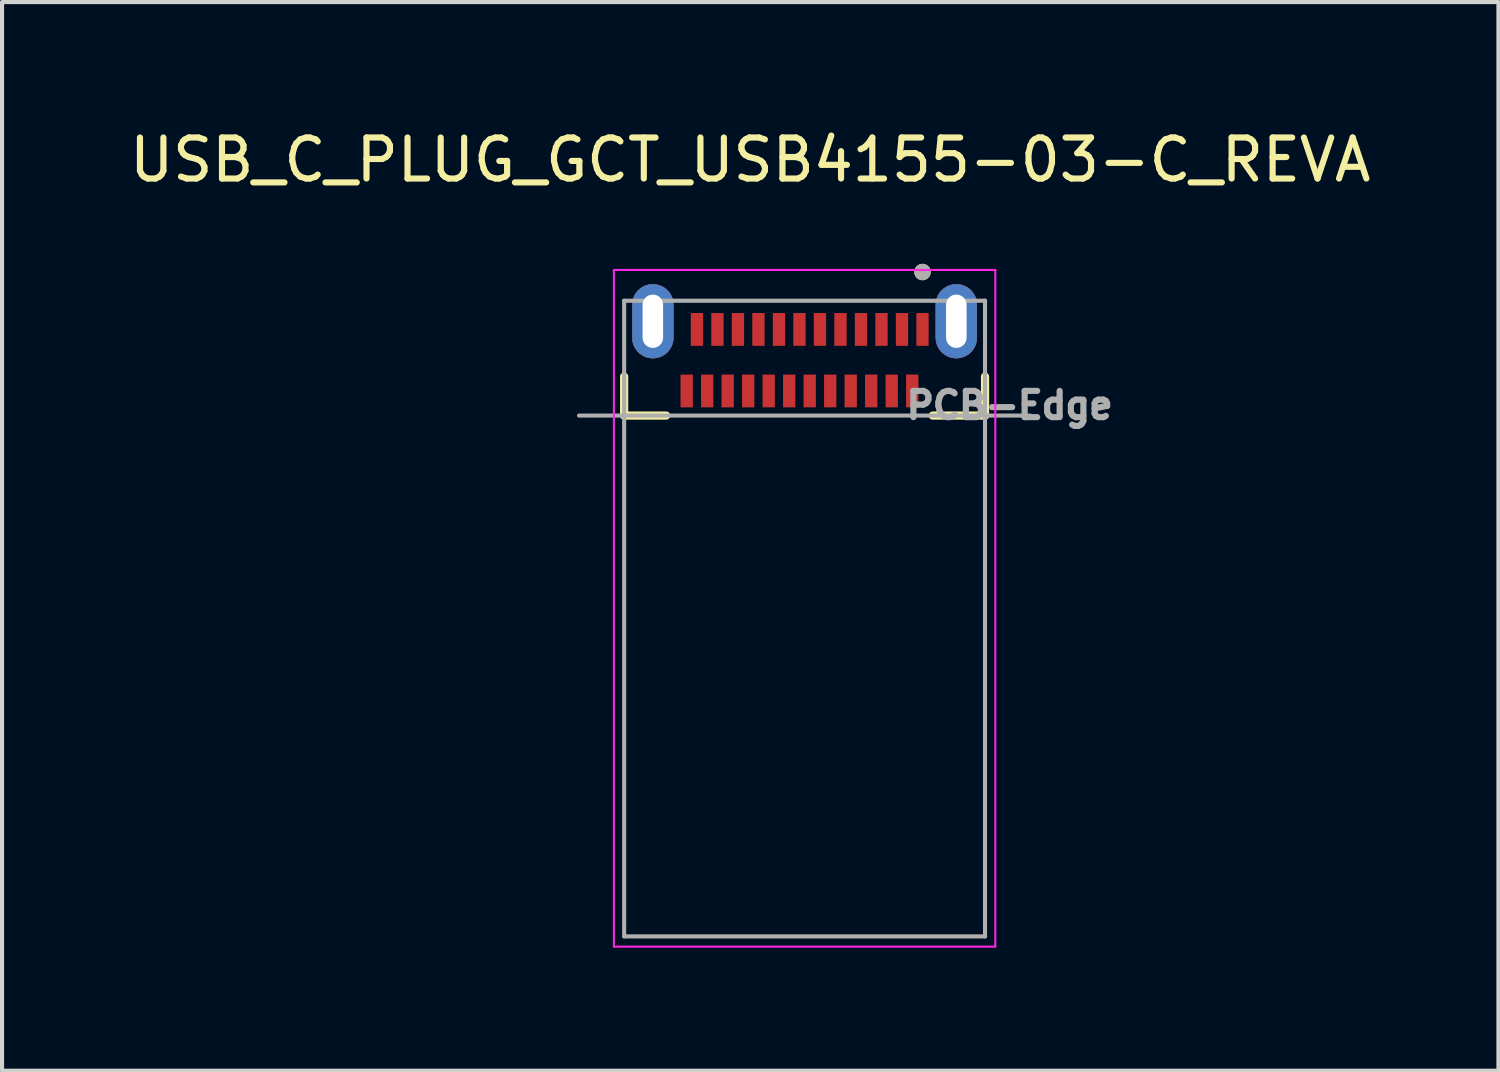
<source format=kicad_pcb>
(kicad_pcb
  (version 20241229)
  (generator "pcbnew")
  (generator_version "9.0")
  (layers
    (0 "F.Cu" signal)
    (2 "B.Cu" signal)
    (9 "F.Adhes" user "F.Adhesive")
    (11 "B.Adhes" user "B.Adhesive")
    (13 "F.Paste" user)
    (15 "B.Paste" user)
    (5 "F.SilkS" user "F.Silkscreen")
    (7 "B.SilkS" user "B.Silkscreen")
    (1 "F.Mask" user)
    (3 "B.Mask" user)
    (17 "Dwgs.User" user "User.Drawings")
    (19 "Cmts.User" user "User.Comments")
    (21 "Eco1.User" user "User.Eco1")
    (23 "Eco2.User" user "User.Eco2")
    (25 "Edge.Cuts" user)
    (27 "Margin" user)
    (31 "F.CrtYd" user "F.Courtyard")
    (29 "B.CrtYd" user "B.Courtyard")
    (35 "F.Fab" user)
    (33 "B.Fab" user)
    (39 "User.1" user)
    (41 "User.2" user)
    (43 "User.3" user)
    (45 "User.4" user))
  (footprint "USB_C_PLUG_GCT_USB4155-03-C_REVA"
    (layer "F.Cu")
    (at 16.569 5.733)
    (property "Reference" "USB_C_PLUG_GCT_USB4155-03-C_REVA" (at -1.325 -4.885 0) (layer "F.SilkS") (effects (font (size 1 1) (thickness 0.15))))
    (attr through_hole)
    (fp_poly (pts (xy -3.7 -1.85) (xy -3.726 -1.849) (xy -3.752 -1.847) (xy -3.778 -1.844) (xy -3.804 -1.839) (xy -3.829 -1.833) (xy -3.855 -1.826) (xy -3.879 -1.817) (xy -3.903 -1.807) (xy -3.927 -1.796) (xy -3.95 -1.783) (xy -3.972 -1.769) (xy -3.994 -1.755) (xy -4.015 -1.739) (xy -4.035 -1.722) (xy -4.054 -1.704) (xy -4.072 -1.685) (xy -4.089 -1.665) (xy -4.105 -1.644) (xy -4.119 -1.622) (xy -4.133 -1.6) (xy -4.146 -1.577) (xy -4.157 -1.553) (xy -4.167 -1.529) (xy -4.176 -1.505) (xy -4.183 -1.479) (xy -4.189 -1.454) (xy -4.194 -1.428) (xy -4.197 -1.402) (xy -4.199 -1.376) (xy -4.2 -1.35) (xy -4.2 -0.55) (xy -4.199 -0.524) (xy -4.197 -0.498) (xy -4.194 -0.472) (xy -4.189 -0.446) (xy -4.183 -0.421) (xy -4.176 -0.395) (xy -4.167 -0.371) (xy -4.157 -0.347) (xy -4.146 -0.323) (xy -4.133 -0.3) (xy -4.119 -0.278) (xy -4.105 -0.256) (xy -4.089 -0.235) (xy -4.072 -0.215) (xy -4.054 -0.196) (xy -4.035 -0.178) (xy -4.015 -0.161) (xy -3.994 -0.145) (xy -3.972 -0.131) (xy -3.95 -0.117) (xy -3.927 -0.104) (xy -3.903 -0.093) (xy -3.879 -0.083) (xy -3.855 -0.074) (xy -3.829 -0.067) (xy -3.804 -0.061) (xy -3.778 -0.056) (xy -3.752 -0.053) (xy -3.726 -0.051) (xy -3.7 -0.05) (xy -3.674 -0.051) (xy -3.648 -0.053) (xy -3.622 -0.056) (xy -3.596 -0.061) (xy -3.571 -0.067) (xy -3.545 -0.074) (xy -3.521 -0.083) (xy -3.497 -0.093) (xy -3.473 -0.104) (xy -3.45 -0.117) (xy -3.428 -0.131) (xy -3.406 -0.145) (xy -3.385 -0.161) (xy -3.365 -0.178) (xy -3.346 -0.196) (xy -3.328 -0.215) (xy -3.311 -0.235) (xy -3.295 -0.256) (xy -3.281 -0.278) (xy -3.267 -0.3) (xy -3.254 -0.323) (xy -3.243 -0.347) (xy -3.233 -0.371) (xy -3.224 -0.395) (xy -3.217 -0.421) (xy -3.211 -0.446) (xy -3.206 -0.472) (xy -3.203 -0.498) (xy -3.201 -0.524) (xy -3.2 -0.55) (xy -3.2 -1.35) (xy -3.201 -1.376) (xy -3.203 -1.402) (xy -3.206 -1.428) (xy -3.211 -1.454) (xy -3.217 -1.479) (xy -3.224 -1.505) (xy -3.233 -1.529) (xy -3.243 -1.553) (xy -3.254 -1.577) (xy -3.267 -1.6) (xy -3.281 -1.622) (xy -3.295 -1.644) (xy -3.311 -1.665) (xy -3.328 -1.685) (xy -3.346 -1.704) (xy -3.365 -1.722) (xy -3.385 -1.739) (xy -3.406 -1.755) (xy -3.428 -1.769) (xy -3.45 -1.783) (xy -3.473 -1.796) (xy -3.497 -1.807) (xy -3.521 -1.817) (xy -3.545 -1.826) (xy -3.571 -1.833) (xy -3.596 -1.839) (xy -3.622 -1.844) (xy -3.648 -1.847) (xy -3.674 -1.849) (xy -3.7 -1.85)) (stroke (width 0.01) (type solid)) (fill yes) (layer "F.Cu"))
    (fp_poly (pts (xy 3.7 -1.85) (xy 3.674 -1.849) (xy 3.648 -1.847) (xy 3.622 -1.844) (xy 3.596 -1.839) (xy 3.571 -1.833) (xy 3.545 -1.826) (xy 3.521 -1.817) (xy 3.497 -1.807) (xy 3.473 -1.796) (xy 3.45 -1.783) (xy 3.428 -1.769) (xy 3.406 -1.755) (xy 3.385 -1.739) (xy 3.365 -1.722) (xy 3.346 -1.704) (xy 3.328 -1.685) (xy 3.311 -1.665) (xy 3.295 -1.644) (xy 3.281 -1.622) (xy 3.267 -1.6) (xy 3.254 -1.577) (xy 3.243 -1.553) (xy 3.233 -1.529) (xy 3.224 -1.505) (xy 3.217 -1.479) (xy 3.211 -1.454) (xy 3.206 -1.428) (xy 3.203 -1.402) (xy 3.201 -1.376) (xy 3.2 -1.35) (xy 3.2 -0.55) (xy 3.201 -0.524) (xy 3.203 -0.498) (xy 3.206 -0.472) (xy 3.211 -0.446) (xy 3.217 -0.421) (xy 3.224 -0.395) (xy 3.233 -0.371) (xy 3.243 -0.347) (xy 3.254 -0.323) (xy 3.267 -0.3) (xy 3.281 -0.278) (xy 3.295 -0.256) (xy 3.311 -0.235) (xy 3.328 -0.215) (xy 3.346 -0.196) (xy 3.365 -0.178) (xy 3.385 -0.161) (xy 3.406 -0.145) (xy 3.428 -0.131) (xy 3.45 -0.117) (xy 3.473 -0.104) (xy 3.497 -0.093) (xy 3.521 -0.083) (xy 3.545 -0.074) (xy 3.571 -0.067) (xy 3.596 -0.061) (xy 3.622 -0.056) (xy 3.648 -0.053) (xy 3.674 -0.051) (xy 3.7 -0.05) (xy 3.726 -0.051) (xy 3.752 -0.053) (xy 3.778 -0.056) (xy 3.804 -0.061) (xy 3.829 -0.067) (xy 3.855 -0.074) (xy 3.879 -0.083) (xy 3.903 -0.093) (xy 3.927 -0.104) (xy 3.95 -0.117) (xy 3.972 -0.131) (xy 3.994 -0.145) (xy 4.015 -0.161) (xy 4.035 -0.178) (xy 4.054 -0.196) (xy 4.072 -0.215) (xy 4.089 -0.235) (xy 4.105 -0.256) (xy 4.119 -0.278) (xy 4.133 -0.3) (xy 4.146 -0.323) (xy 4.157 -0.347) (xy 4.167 -0.371) (xy 4.176 -0.395) (xy 4.183 -0.421) (xy 4.189 -0.446) (xy 4.194 -0.472) (xy 4.197 -0.498) (xy 4.199 -0.524) (xy 4.2 -0.55) (xy 4.2 -1.35) (xy 4.199 -1.376) (xy 4.197 -1.402) (xy 4.194 -1.428) (xy 4.189 -1.454) (xy 4.183 -1.479) (xy 4.176 -1.505) (xy 4.167 -1.529) (xy 4.157 -1.553) (xy 4.146 -1.577) (xy 4.133 -1.6) (xy 4.119 -1.622) (xy 4.105 -1.644) (xy 4.089 -1.665) (xy 4.072 -1.685) (xy 4.054 -1.704) (xy 4.035 -1.722) (xy 4.015 -1.739) (xy 3.994 -1.755) (xy 3.972 -1.769) (xy 3.95 -1.783) (xy 3.927 -1.796) (xy 3.903 -1.807) (xy 3.879 -1.817) (xy 3.855 -1.826) (xy 3.829 -1.833) (xy 3.804 -1.839) (xy 3.778 -1.844) (xy 3.752 -1.847) (xy 3.726 -1.849) (xy 3.7 -1.85)) (stroke (width 0.01) (type solid)) (fill yes) (layer "F.Cu"))
    (fp_poly (pts (xy -3.7 -1.95) (xy -3.731 -1.949) (xy -3.763 -1.947) (xy -3.794 -1.943) (xy -3.825 -1.937) (xy -3.855 -1.93) (xy -3.885 -1.921) (xy -3.915 -1.91) (xy -3.944 -1.898) (xy -3.972 -1.885) (xy -4 -1.87) (xy -4.027 -1.853) (xy -4.053 -1.835) (xy -4.078 -1.816) (xy -4.101 -1.796) (xy -4.124 -1.774) (xy -4.146 -1.751) (xy -4.166 -1.728) (xy -4.185 -1.703) (xy -4.203 -1.677) (xy -4.22 -1.65) (xy -4.235 -1.622) (xy -4.248 -1.594) (xy -4.26 -1.565) (xy -4.271 -1.535) (xy -4.28 -1.505) (xy -4.287 -1.475) (xy -4.293 -1.444) (xy -4.297 -1.413) (xy -4.299 -1.381) (xy -4.3 -1.35) (xy -4.3 -0.55) (xy -4.299 -0.519) (xy -4.297 -0.487) (xy -4.293 -0.456) (xy -4.287 -0.425) (xy -4.28 -0.395) (xy -4.271 -0.365) (xy -4.26 -0.335) (xy -4.248 -0.306) (xy -4.235 -0.278) (xy -4.22 -0.25) (xy -4.203 -0.223) (xy -4.185 -0.197) (xy -4.166 -0.172) (xy -4.146 -0.149) (xy -4.124 -0.126) (xy -4.101 -0.104) (xy -4.078 -0.084) (xy -4.053 -0.065) (xy -4.027 -0.047) (xy -4 -0.03) (xy -3.972 -0.015) (xy -3.944 -0.002) (xy -3.915 0.01) (xy -3.885 0.021) (xy -3.855 0.03) (xy -3.825 0.037) (xy -3.794 0.043) (xy -3.763 0.047) (xy -3.731 0.049) (xy -3.7 0.05) (xy -3.669 0.049) (xy -3.637 0.047) (xy -3.606 0.043) (xy -3.575 0.037) (xy -3.545 0.03) (xy -3.515 0.021) (xy -3.485 0.01) (xy -3.456 -0.002) (xy -3.428 -0.015) (xy -3.4 -0.03) (xy -3.373 -0.047) (xy -3.347 -0.065) (xy -3.322 -0.084) (xy -3.299 -0.104) (xy -3.276 -0.126) (xy -3.254 -0.149) (xy -3.234 -0.172) (xy -3.215 -0.197) (xy -3.197 -0.223) (xy -3.18 -0.25) (xy -3.165 -0.278) (xy -3.152 -0.306) (xy -3.14 -0.335) (xy -3.129 -0.365) (xy -3.12 -0.395) (xy -3.113 -0.425) (xy -3.107 -0.456) (xy -3.103 -0.487) (xy -3.101 -0.519) (xy -3.1 -0.55) (xy -3.1 -1.35) (xy -3.101 -1.381) (xy -3.103 -1.413) (xy -3.107 -1.444) (xy -3.113 -1.475) (xy -3.12 -1.505) (xy -3.129 -1.535) (xy -3.14 -1.565) (xy -3.152 -1.594) (xy -3.165 -1.622) (xy -3.18 -1.65) (xy -3.197 -1.677) (xy -3.215 -1.703) (xy -3.234 -1.728) (xy -3.254 -1.751) (xy -3.276 -1.774) (xy -3.299 -1.796) (xy -3.322 -1.816) (xy -3.347 -1.835) (xy -3.373 -1.853) (xy -3.4 -1.87) (xy -3.428 -1.885) (xy -3.456 -1.898) (xy -3.485 -1.91) (xy -3.515 -1.921) (xy -3.545 -1.93) (xy -3.575 -1.937) (xy -3.606 -1.943) (xy -3.637 -1.947) (xy -3.669 -1.949) (xy -3.7 -1.95)) (stroke (width 0.01) (type solid)) (fill yes) (layer "F.Mask"))
    (fp_poly (pts (xy 3.7 -1.95) (xy 3.669 -1.949) (xy 3.637 -1.947) (xy 3.606 -1.943) (xy 3.575 -1.937) (xy 3.545 -1.93) (xy 3.515 -1.921) (xy 3.485 -1.91) (xy 3.456 -1.898) (xy 3.428 -1.885) (xy 3.4 -1.87) (xy 3.373 -1.853) (xy 3.347 -1.835) (xy 3.322 -1.816) (xy 3.299 -1.796) (xy 3.276 -1.774) (xy 3.254 -1.751) (xy 3.234 -1.728) (xy 3.215 -1.703) (xy 3.197 -1.677) (xy 3.18 -1.65) (xy 3.165 -1.622) (xy 3.152 -1.594) (xy 3.14 -1.565) (xy 3.129 -1.535) (xy 3.12 -1.505) (xy 3.113 -1.475) (xy 3.107 -1.444) (xy 3.103 -1.413) (xy 3.101 -1.381) (xy 3.1 -1.35) (xy 3.1 -0.55) (xy 3.101 -0.519) (xy 3.103 -0.487) (xy 3.107 -0.456) (xy 3.113 -0.425) (xy 3.12 -0.395) (xy 3.129 -0.365) (xy 3.14 -0.335) (xy 3.152 -0.306) (xy 3.165 -0.278) (xy 3.18 -0.25) (xy 3.197 -0.223) (xy 3.215 -0.197) (xy 3.234 -0.172) (xy 3.254 -0.149) (xy 3.276 -0.126) (xy 3.299 -0.104) (xy 3.322 -0.084) (xy 3.347 -0.065) (xy 3.373 -0.047) (xy 3.4 -0.03) (xy 3.428 -0.015) (xy 3.456 -0.002) (xy 3.485 0.01) (xy 3.515 0.021) (xy 3.545 0.03) (xy 3.575 0.037) (xy 3.606 0.043) (xy 3.637 0.047) (xy 3.669 0.049) (xy 3.7 0.05) (xy 3.731 0.049) (xy 3.763 0.047) (xy 3.794 0.043) (xy 3.825 0.037) (xy 3.855 0.03) (xy 3.885 0.021) (xy 3.915 0.01) (xy 3.944 -0.002) (xy 3.972 -0.015) (xy 4 -0.03) (xy 4.027 -0.047) (xy 4.053 -0.065) (xy 4.078 -0.084) (xy 4.101 -0.104) (xy 4.124 -0.126) (xy 4.146 -0.149) (xy 4.166 -0.172) (xy 4.185 -0.197) (xy 4.203 -0.223) (xy 4.22 -0.25) (xy 4.235 -0.278) (xy 4.248 -0.306) (xy 4.26 -0.335) (xy 4.271 -0.365) (xy 4.28 -0.395) (xy 4.287 -0.425) (xy 4.293 -0.456) (xy 4.297 -0.487) (xy 4.299 -0.519) (xy 4.3 -0.55) (xy 4.3 -1.35) (xy 4.299 -1.381) (xy 4.297 -1.413) (xy 4.293 -1.444) (xy 4.287 -1.475) (xy 4.28 -1.505) (xy 4.271 -1.535) (xy 4.26 -1.565) (xy 4.248 -1.594) (xy 4.235 -1.622) (xy 4.22 -1.65) (xy 4.203 -1.677) (xy 4.185 -1.703) (xy 4.166 -1.728) (xy 4.146 -1.751) (xy 4.124 -1.774) (xy 4.101 -1.796) (xy 4.078 -1.816) (xy 4.053 -1.835) (xy 4.027 -1.853) (xy 4 -1.87) (xy 3.972 -1.885) (xy 3.944 -1.898) (xy 3.915 -1.91) (xy 3.885 -1.921) (xy 3.855 -1.93) (xy 3.825 -1.937) (xy 3.794 -1.943) (xy 3.763 -1.947) (xy 3.731 -1.949) (xy 3.7 -1.95)) (stroke (width 0.01) (type solid)) (fill yes) (layer "F.Mask"))
    (fp_poly (pts (xy -3.7 -1.85) (xy -3.726 -1.849) (xy -3.752 -1.847) (xy -3.778 -1.844) (xy -3.804 -1.839) (xy -3.829 -1.833) (xy -3.855 -1.826) (xy -3.879 -1.817) (xy -3.903 -1.807) (xy -3.927 -1.796) (xy -3.95 -1.783) (xy -3.972 -1.769) (xy -3.994 -1.755) (xy -4.015 -1.739) (xy -4.035 -1.722) (xy -4.054 -1.704) (xy -4.072 -1.685) (xy -4.089 -1.665) (xy -4.105 -1.644) (xy -4.119 -1.622) (xy -4.133 -1.6) (xy -4.146 -1.577) (xy -4.157 -1.553) (xy -4.167 -1.529) (xy -4.176 -1.505) (xy -4.183 -1.479) (xy -4.189 -1.454) (xy -4.194 -1.428) (xy -4.197 -1.402) (xy -4.199 -1.376) (xy -4.2 -1.35) (xy -4.2 -0.55) (xy -4.199 -0.524) (xy -4.197 -0.498) (xy -4.194 -0.472) (xy -4.189 -0.446) (xy -4.183 -0.421) (xy -4.176 -0.395) (xy -4.167 -0.371) (xy -4.157 -0.347) (xy -4.146 -0.323) (xy -4.133 -0.3) (xy -4.119 -0.278) (xy -4.105 -0.256) (xy -4.089 -0.235) (xy -4.072 -0.215) (xy -4.054 -0.196) (xy -4.035 -0.178) (xy -4.015 -0.161) (xy -3.994 -0.145) (xy -3.972 -0.131) (xy -3.95 -0.117) (xy -3.927 -0.104) (xy -3.903 -0.093) (xy -3.879 -0.083) (xy -3.855 -0.074) (xy -3.829 -0.067) (xy -3.804 -0.061) (xy -3.778 -0.056) (xy -3.752 -0.053) (xy -3.726 -0.051) (xy -3.7 -0.05) (xy -3.674 -0.051) (xy -3.648 -0.053) (xy -3.622 -0.056) (xy -3.596 -0.061) (xy -3.571 -0.067) (xy -3.545 -0.074) (xy -3.521 -0.083) (xy -3.497 -0.093) (xy -3.473 -0.104) (xy -3.45 -0.117) (xy -3.428 -0.131) (xy -3.406 -0.145) (xy -3.385 -0.161) (xy -3.365 -0.178) (xy -3.346 -0.196) (xy -3.328 -0.215) (xy -3.311 -0.235) (xy -3.295 -0.256) (xy -3.281 -0.278) (xy -3.267 -0.3) (xy -3.254 -0.323) (xy -3.243 -0.347) (xy -3.233 -0.371) (xy -3.224 -0.395) (xy -3.217 -0.421) (xy -3.211 -0.446) (xy -3.206 -0.472) (xy -3.203 -0.498) (xy -3.201 -0.524) (xy -3.2 -0.55) (xy -3.2 -1.35) (xy -3.201 -1.376) (xy -3.203 -1.402) (xy -3.206 -1.428) (xy -3.211 -1.454) (xy -3.217 -1.479) (xy -3.224 -1.505) (xy -3.233 -1.529) (xy -3.243 -1.553) (xy -3.254 -1.577) (xy -3.267 -1.6) (xy -3.281 -1.622) (xy -3.295 -1.644) (xy -3.311 -1.665) (xy -3.328 -1.685) (xy -3.346 -1.704) (xy -3.365 -1.722) (xy -3.385 -1.739) (xy -3.406 -1.755) (xy -3.428 -1.769) (xy -3.45 -1.783) (xy -3.473 -1.796) (xy -3.497 -1.807) (xy -3.521 -1.817) (xy -3.545 -1.826) (xy -3.571 -1.833) (xy -3.596 -1.839) (xy -3.622 -1.844) (xy -3.648 -1.847) (xy -3.674 -1.849) (xy -3.7 -1.85)) (stroke (width 0.01) (type solid)) (fill yes) (layer "B.Cu"))
    (fp_poly (pts (xy 3.7 -1.85) (xy 3.674 -1.849) (xy 3.648 -1.847) (xy 3.622 -1.844) (xy 3.596 -1.839) (xy 3.571 -1.833) (xy 3.545 -1.826) (xy 3.521 -1.817) (xy 3.497 -1.807) (xy 3.473 -1.796) (xy 3.45 -1.783) (xy 3.428 -1.769) (xy 3.406 -1.755) (xy 3.385 -1.739) (xy 3.365 -1.722) (xy 3.346 -1.704) (xy 3.328 -1.685) (xy 3.311 -1.665) (xy 3.295 -1.644) (xy 3.281 -1.622) (xy 3.267 -1.6) (xy 3.254 -1.577) (xy 3.243 -1.553) (xy 3.233 -1.529) (xy 3.224 -1.505) (xy 3.217 -1.479) (xy 3.211 -1.454) (xy 3.206 -1.428) (xy 3.203 -1.402) (xy 3.201 -1.376) (xy 3.2 -1.35) (xy 3.2 -0.55) (xy 3.201 -0.524) (xy 3.203 -0.498) (xy 3.206 -0.472) (xy 3.211 -0.446) (xy 3.217 -0.421) (xy 3.224 -0.395) (xy 3.233 -0.371) (xy 3.243 -0.347) (xy 3.254 -0.323) (xy 3.267 -0.3) (xy 3.281 -0.278) (xy 3.295 -0.256) (xy 3.311 -0.235) (xy 3.328 -0.215) (xy 3.346 -0.196) (xy 3.365 -0.178) (xy 3.385 -0.161) (xy 3.406 -0.145) (xy 3.428 -0.131) (xy 3.45 -0.117) (xy 3.473 -0.104) (xy 3.497 -0.093) (xy 3.521 -0.083) (xy 3.545 -0.074) (xy 3.571 -0.067) (xy 3.596 -0.061) (xy 3.622 -0.056) (xy 3.648 -0.053) (xy 3.674 -0.051) (xy 3.7 -0.05) (xy 3.726 -0.051) (xy 3.752 -0.053) (xy 3.778 -0.056) (xy 3.804 -0.061) (xy 3.829 -0.067) (xy 3.855 -0.074) (xy 3.879 -0.083) (xy 3.903 -0.093) (xy 3.927 -0.104) (xy 3.95 -0.117) (xy 3.972 -0.131) (xy 3.994 -0.145) (xy 4.015 -0.161) (xy 4.035 -0.178) (xy 4.054 -0.196) (xy 4.072 -0.215) (xy 4.089 -0.235) (xy 4.105 -0.256) (xy 4.119 -0.278) (xy 4.133 -0.3) (xy 4.146 -0.323) (xy 4.157 -0.347) (xy 4.167 -0.371) (xy 4.176 -0.395) (xy 4.183 -0.421) (xy 4.189 -0.446) (xy 4.194 -0.472) (xy 4.197 -0.498) (xy 4.199 -0.524) (xy 4.2 -0.55) (xy 4.2 -1.35) (xy 4.199 -1.376) (xy 4.197 -1.402) (xy 4.194 -1.428) (xy 4.189 -1.454) (xy 4.183 -1.479) (xy 4.176 -1.505) (xy 4.167 -1.529) (xy 4.157 -1.553) (xy 4.146 -1.577) (xy 4.133 -1.6) (xy 4.119 -1.622) (xy 4.105 -1.644) (xy 4.089 -1.665) (xy 4.072 -1.685) (xy 4.054 -1.704) (xy 4.035 -1.722) (xy 4.015 -1.739) (xy 3.994 -1.755) (xy 3.972 -1.769) (xy 3.95 -1.783) (xy 3.927 -1.796) (xy 3.903 -1.807) (xy 3.879 -1.817) (xy 3.855 -1.826) (xy 3.829 -1.833) (xy 3.804 -1.839) (xy 3.778 -1.844) (xy 3.752 -1.847) (xy 3.726 -1.849) (xy 3.7 -1.85)) (stroke (width 0.01) (type solid)) (fill yes) (layer "B.Cu"))
    (fp_poly (pts (xy -3.7 -1.95) (xy -3.731 -1.949) (xy -3.763 -1.947) (xy -3.794 -1.943) (xy -3.825 -1.937) (xy -3.855 -1.93) (xy -3.885 -1.921) (xy -3.915 -1.91) (xy -3.944 -1.898) (xy -3.972 -1.885) (xy -4 -1.87) (xy -4.027 -1.853) (xy -4.053 -1.835) (xy -4.078 -1.816) (xy -4.101 -1.796) (xy -4.124 -1.774) (xy -4.146 -1.751) (xy -4.166 -1.728) (xy -4.185 -1.703) (xy -4.203 -1.677) (xy -4.22 -1.65) (xy -4.235 -1.622) (xy -4.248 -1.594) (xy -4.26 -1.565) (xy -4.271 -1.535) (xy -4.28 -1.505) (xy -4.287 -1.475) (xy -4.293 -1.444) (xy -4.297 -1.413) (xy -4.299 -1.381) (xy -4.3 -1.35) (xy -4.3 -0.55) (xy -4.299 -0.519) (xy -4.297 -0.487) (xy -4.293 -0.456) (xy -4.287 -0.425) (xy -4.28 -0.395) (xy -4.271 -0.365) (xy -4.26 -0.335) (xy -4.248 -0.306) (xy -4.235 -0.278) (xy -4.22 -0.25) (xy -4.203 -0.223) (xy -4.185 -0.197) (xy -4.166 -0.172) (xy -4.146 -0.149) (xy -4.124 -0.126) (xy -4.101 -0.104) (xy -4.078 -0.084) (xy -4.053 -0.065) (xy -4.027 -0.047) (xy -4 -0.03) (xy -3.972 -0.015) (xy -3.944 -0.002) (xy -3.915 0.01) (xy -3.885 0.021) (xy -3.855 0.03) (xy -3.825 0.037) (xy -3.794 0.043) (xy -3.763 0.047) (xy -3.731 0.049) (xy -3.7 0.05) (xy -3.669 0.049) (xy -3.637 0.047) (xy -3.606 0.043) (xy -3.575 0.037) (xy -3.545 0.03) (xy -3.515 0.021) (xy -3.485 0.01) (xy -3.456 -0.002) (xy -3.428 -0.015) (xy -3.4 -0.03) (xy -3.373 -0.047) (xy -3.347 -0.065) (xy -3.322 -0.084) (xy -3.299 -0.104) (xy -3.276 -0.126) (xy -3.254 -0.149) (xy -3.234 -0.172) (xy -3.215 -0.197) (xy -3.197 -0.223) (xy -3.18 -0.25) (xy -3.165 -0.278) (xy -3.152 -0.306) (xy -3.14 -0.335) (xy -3.129 -0.365) (xy -3.12 -0.395) (xy -3.113 -0.425) (xy -3.107 -0.456) (xy -3.103 -0.487) (xy -3.101 -0.519) (xy -3.1 -0.55) (xy -3.1 -1.35) (xy -3.101 -1.381) (xy -3.103 -1.413) (xy -3.107 -1.444) (xy -3.113 -1.475) (xy -3.12 -1.505) (xy -3.129 -1.535) (xy -3.14 -1.565) (xy -3.152 -1.594) (xy -3.165 -1.622) (xy -3.18 -1.65) (xy -3.197 -1.677) (xy -3.215 -1.703) (xy -3.234 -1.728) (xy -3.254 -1.751) (xy -3.276 -1.774) (xy -3.299 -1.796) (xy -3.322 -1.816) (xy -3.347 -1.835) (xy -3.373 -1.853) (xy -3.4 -1.87) (xy -3.428 -1.885) (xy -3.456 -1.898) (xy -3.485 -1.91) (xy -3.515 -1.921) (xy -3.545 -1.93) (xy -3.575 -1.937) (xy -3.606 -1.943) (xy -3.637 -1.947) (xy -3.669 -1.949) (xy -3.7 -1.95)) (stroke (width 0.01) (type solid)) (fill yes) (layer "B.Mask"))
    (fp_poly (pts (xy 3.7 -1.95) (xy 3.669 -1.949) (xy 3.637 -1.947) (xy 3.606 -1.943) (xy 3.575 -1.937) (xy 3.545 -1.93) (xy 3.515 -1.921) (xy 3.485 -1.91) (xy 3.456 -1.898) (xy 3.428 -1.885) (xy 3.4 -1.87) (xy 3.373 -1.853) (xy 3.347 -1.835) (xy 3.322 -1.816) (xy 3.299 -1.796) (xy 3.276 -1.774) (xy 3.254 -1.751) (xy 3.234 -1.728) (xy 3.215 -1.703) (xy 3.197 -1.677) (xy 3.18 -1.65) (xy 3.165 -1.622) (xy 3.152 -1.594) (xy 3.14 -1.565) (xy 3.129 -1.535) (xy 3.12 -1.505) (xy 3.113 -1.475) (xy 3.107 -1.444) (xy 3.103 -1.413) (xy 3.101 -1.381) (xy 3.1 -1.35) (xy 3.1 -0.55) (xy 3.101 -0.519) (xy 3.103 -0.487) (xy 3.107 -0.456) (xy 3.113 -0.425) (xy 3.12 -0.395) (xy 3.129 -0.365) (xy 3.14 -0.335) (xy 3.152 -0.306) (xy 3.165 -0.278) (xy 3.18 -0.25) (xy 3.197 -0.223) (xy 3.215 -0.197) (xy 3.234 -0.172) (xy 3.254 -0.149) (xy 3.276 -0.126) (xy 3.299 -0.104) (xy 3.322 -0.084) (xy 3.347 -0.065) (xy 3.373 -0.047) (xy 3.4 -0.03) (xy 3.428 -0.015) (xy 3.456 -0.002) (xy 3.485 0.01) (xy 3.515 0.021) (xy 3.545 0.03) (xy 3.575 0.037) (xy 3.606 0.043) (xy 3.637 0.047) (xy 3.669 0.049) (xy 3.7 0.05) (xy 3.731 0.049) (xy 3.763 0.047) (xy 3.794 0.043) (xy 3.825 0.037) (xy 3.855 0.03) (xy 3.885 0.021) (xy 3.915 0.01) (xy 3.944 -0.002) (xy 3.972 -0.015) (xy 4 -0.03) (xy 4.027 -0.047) (xy 4.053 -0.065) (xy 4.078 -0.084) (xy 4.101 -0.104) (xy 4.124 -0.126) (xy 4.146 -0.149) (xy 4.166 -0.172) (xy 4.185 -0.197) (xy 4.203 -0.223) (xy 4.22 -0.25) (xy 4.235 -0.278) (xy 4.248 -0.306) (xy 4.26 -0.335) (xy 4.271 -0.365) (xy 4.28 -0.395) (xy 4.287 -0.425) (xy 4.293 -0.456) (xy 4.297 -0.487) (xy 4.299 -0.519) (xy 4.3 -0.55) (xy 4.3 -1.35) (xy 4.299 -1.381) (xy 4.297 -1.413) (xy 4.293 -1.444) (xy 4.287 -1.475) (xy 4.28 -1.505) (xy 4.271 -1.535) (xy 4.26 -1.565) (xy 4.248 -1.594) (xy 4.235 -1.622) (xy 4.22 -1.65) (xy 4.203 -1.677) (xy 4.185 -1.703) (xy 4.166 -1.728) (xy 4.146 -1.751) (xy 4.124 -1.774) (xy 4.101 -1.796) (xy 4.078 -1.816) (xy 4.053 -1.835) (xy 4.027 -1.853) (xy 4 -1.87) (xy 3.972 -1.885) (xy 3.944 -1.898) (xy 3.915 -1.91) (xy 3.885 -1.921) (xy 3.855 -1.93) (xy 3.825 -1.937) (xy 3.794 -1.943) (xy 3.763 -1.947) (xy 3.731 -1.949) (xy 3.7 -1.95)) (stroke (width 0.01) (type solid)) (fill yes) (layer "B.Mask"))
    (fp_line (start -4.4 1.35) (end -4.4 0.4) (stroke (width 0.2) (type solid)) (layer "F.SilkS"))
    (fp_line (start -4.4 1.35) (end -3.375 1.35) (stroke (width 0.2) (type solid)) (layer "F.SilkS"))
    (fp_line (start 3.125 1.35) (end 4.4 1.35) (stroke (width 0.2) (type solid)) (layer "F.SilkS"))
    (fp_line (start 4.4 1.35) (end 4.4 0.4) (stroke (width 0.2) (type solid)) (layer "F.SilkS"))
    (fp_circle (center 2.875 -2.15) (end 2.975 -2.15) (stroke (width 0.2) (type solid)) (fill no) (layer "F.SilkS"))
    (fp_line (start -4.65 -2.2) (end 4.65 -2.2) (stroke (width 0.05) (type solid)) (layer "F.CrtYd"))
    (fp_line (start -4.65 14.3) (end -4.65 -2.2) (stroke (width 0.05) (type solid)) (layer "F.CrtYd"))
    (fp_line (start -4.65 14.3) (end 4.65 14.3) (stroke (width 0.05) (type solid)) (layer "F.CrtYd"))
    (fp_line (start 4.65 14.3) (end 4.65 -2.2) (stroke (width 0.05) (type solid)) (layer "F.CrtYd"))
    (fp_line (start -5.5 1.35) (end 5.5 1.35) (stroke (width 0.1) (type solid)) (layer "F.Fab"))
    (fp_line (start -4.4 -1.45) (end 4.4 -1.45) (stroke (width 0.1) (type solid)) (layer "F.Fab"))
    (fp_line (start -4.4 14.05) (end -4.4 -1.45) (stroke (width 0.1) (type solid)) (layer "F.Fab"))
    (fp_line (start -4.4 14.05) (end 4.4 14.05) (stroke (width 0.1) (type solid)) (layer "F.Fab"))
    (fp_line (start 4.4 14.05) (end 4.4 -1.45) (stroke (width 0.1) (type solid)) (layer "F.Fab"))
    (fp_circle (center 2.875 -2.15) (end 2.975 -2.15) (stroke (width 0.2) (type solid)) (fill no) (layer "F.Fab"))
    (fp_text user "PCB-Edge" (at 5 1.1 0) (layer "F.Fab") (effects (font (size 0.64 0.64) (thickness 0.15))))
    (pad "A1" smd rect (at 2.875 -0.75) (size 0.3 0.8) (layers "F.Cu" "F.Mask" "F.Paste"))
    (pad "A2" smd rect (at 2.375 -0.75) (size 0.3 0.8) (layers "F.Cu" "F.Mask" "F.Paste"))
    (pad "A3" smd rect (at 1.875 -0.75) (size 0.3 0.8) (layers "F.Cu" "F.Mask" "F.Paste"))
    (pad "A4" smd rect (at 1.375 -0.75) (size 0.3 0.8) (layers "F.Cu" "F.Mask" "F.Paste"))
    (pad "A5" smd rect (at 0.875 -0.75) (size 0.3 0.8) (layers "F.Cu" "F.Mask" "F.Paste"))
    (pad "A6" smd rect (at 0.375 -0.75) (size 0.3 0.8) (layers "F.Cu" "F.Mask" "F.Paste"))
    (pad "A7" smd rect (at -0.125 -0.75) (size 0.3 0.8) (layers "F.Cu" "F.Mask" "F.Paste"))
    (pad "A8" smd rect (at -0.625 -0.75) (size 0.3 0.8) (layers "F.Cu" "F.Mask" "F.Paste"))
    (pad "A9" smd rect (at -1.125 -0.75) (size 0.3 0.8) (layers "F.Cu" "F.Mask" "F.Paste"))
    (pad "A10" smd rect (at -1.625 -0.75) (size 0.3 0.8) (layers "F.Cu" "F.Mask" "F.Paste"))
    (pad "A11" smd rect (at -2.125 -0.75) (size 0.3 0.8) (layers "F.Cu" "F.Mask" "F.Paste"))
    (pad "A12" smd rect (at -2.625 -0.75) (size 0.3 0.8) (layers "F.Cu" "F.Mask" "F.Paste"))
    (pad "B1" smd rect (at -2.875 0.75) (size 0.3 0.8) (layers "F.Cu" "F.Mask" "F.Paste"))
    (pad "B2" smd rect (at -2.375 0.75) (size 0.3 0.8) (layers "F.Cu" "F.Mask" "F.Paste"))
    (pad "B3" smd rect (at -1.875 0.75) (size 0.3 0.8) (layers "F.Cu" "F.Mask" "F.Paste"))
    (pad "B4" smd rect (at -1.375 0.75) (size 0.3 0.8) (layers "F.Cu" "F.Mask" "F.Paste"))
    (pad "B5" smd rect (at -0.875 0.75) (size 0.3 0.8) (layers "F.Cu" "F.Mask" "F.Paste"))
    (pad "B6" smd rect (at -0.375 0.75) (size 0.3 0.8) (layers "F.Cu" "F.Mask" "F.Paste"))
    (pad "B7" smd rect (at 0.125 0.75) (size 0.3 0.8) (layers "F.Cu" "F.Mask" "F.Paste"))
    (pad "B8" smd rect (at 0.625 0.75) (size 0.3 0.8) (layers "F.Cu" "F.Mask" "F.Paste"))
    (pad "B9" smd rect (at 1.125 0.75) (size 0.3 0.8) (layers "F.Cu" "F.Mask" "F.Paste"))
    (pad "B10" smd rect (at 1.625 0.75) (size 0.3 0.8) (layers "F.Cu" "F.Mask" "F.Paste"))
    (pad "B11" smd rect (at 2.125 0.75) (size 0.3 0.8) (layers "F.Cu" "F.Mask" "F.Paste"))
    (pad "B12" smd rect (at 2.625 0.75) (size 0.3 0.8) (layers "F.Cu" "F.Mask" "F.Paste"))
    (pad "S1" thru_hole oval (at -3.7 -0.95) (size 0.8 1.6) (drill oval 0.5 1.3) (layers "*.Cu"))
    (pad "S2" thru_hole oval (at 3.7 -0.95) (size 0.8 1.6) (drill oval 0.5 1.3) (layers "*.Cu")))
  (gr_rect
    (start -3 -3)
    (end 33.488 23.058)
    (stroke (width 0.1) (type default))
    (fill no)
    (layer "Edge.Cuts")))
</source>
